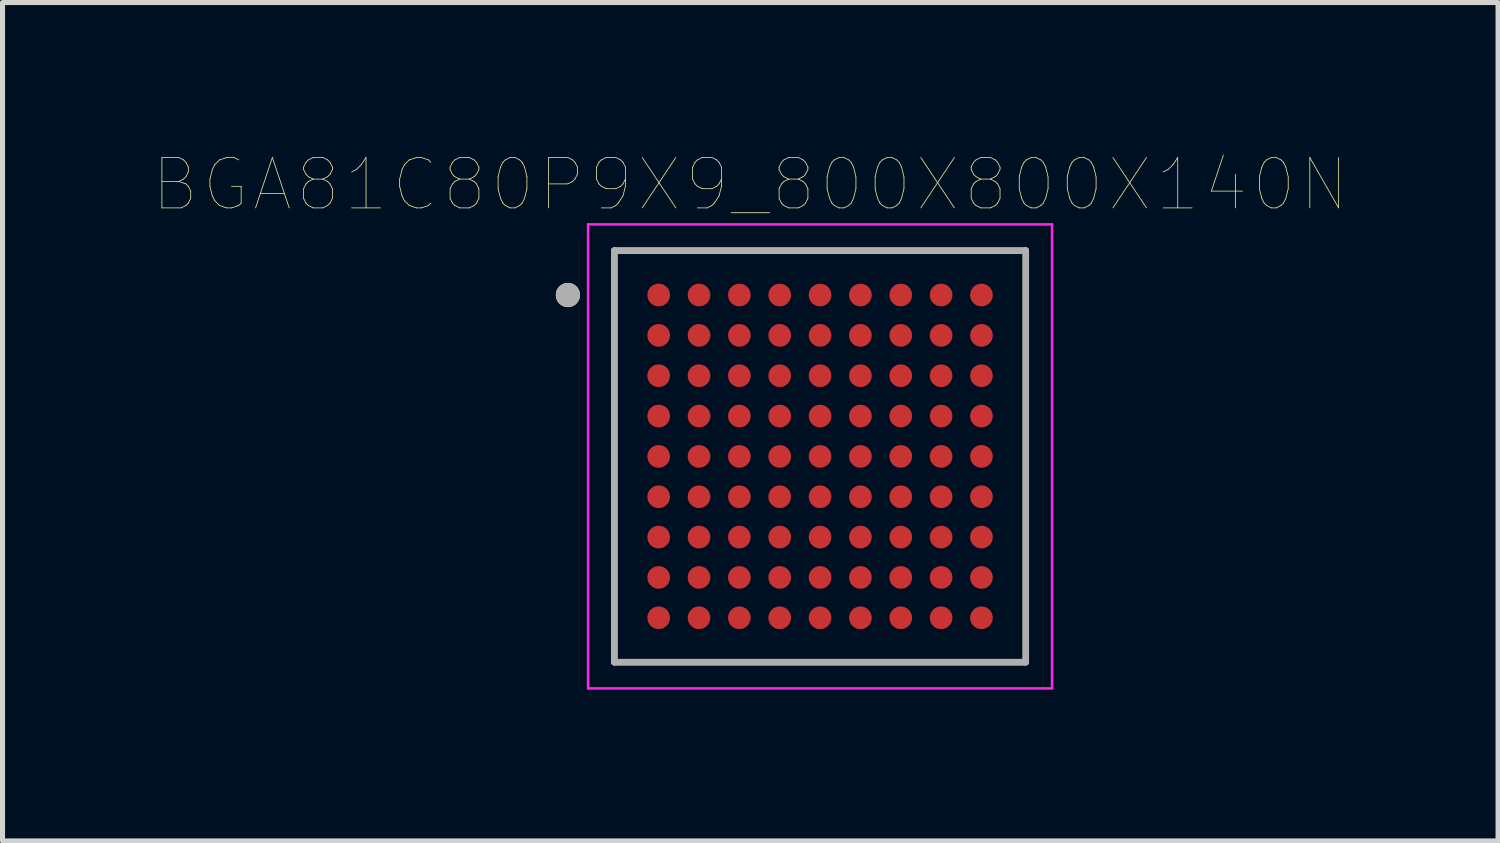
<source format=kicad_pcb>
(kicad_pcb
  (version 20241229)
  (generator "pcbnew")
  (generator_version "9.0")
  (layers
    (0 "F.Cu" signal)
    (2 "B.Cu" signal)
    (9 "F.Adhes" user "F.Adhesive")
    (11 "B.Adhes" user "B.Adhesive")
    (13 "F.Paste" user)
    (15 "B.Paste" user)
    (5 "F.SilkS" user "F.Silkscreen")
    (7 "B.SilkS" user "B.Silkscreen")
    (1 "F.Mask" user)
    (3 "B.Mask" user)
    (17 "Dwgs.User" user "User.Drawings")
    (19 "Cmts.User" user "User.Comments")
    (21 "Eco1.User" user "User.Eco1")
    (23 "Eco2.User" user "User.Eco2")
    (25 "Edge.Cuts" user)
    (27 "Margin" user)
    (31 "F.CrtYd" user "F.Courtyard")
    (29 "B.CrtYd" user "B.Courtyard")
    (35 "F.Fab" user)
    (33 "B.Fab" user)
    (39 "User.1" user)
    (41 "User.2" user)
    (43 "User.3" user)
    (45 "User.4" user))
  (footprint "BGA81C80P9X9_800X800X140N"
    (layer "F.Cu")
    (at 13.211 6)
    (property "Reference" "BGA81C80P9X9_800X800X140N" (at -1.384 -5.389 0) (layer "F.SilkS") (effects (font (size 1 1) (thickness 0.015))))
    (attr through_hole)
    (fp_line (start -4.08 -4.08) (end -4.08 4.08) (stroke (width 0.127) (type solid)) (layer "F.SilkS"))
    (fp_line (start -4.08 4.08) (end 4.08 4.08) (stroke (width 0.127) (type solid)) (layer "F.SilkS"))
    (fp_line (start 4.08 -4.08) (end -4.08 -4.08) (stroke (width 0.127) (type solid)) (layer "F.SilkS"))
    (fp_line (start 4.08 4.08) (end 4.08 -4.08) (stroke (width 0.127) (type solid)) (layer "F.SilkS"))
    (fp_circle (center -5 -3.2) (end -4.88 -3.2) (stroke (width 0.24) (type solid)) (fill no) (layer "F.SilkS"))
    (fp_line (start -4.6 -4.6) (end 4.6 -4.6) (stroke (width 0.05) (type solid)) (layer "F.CrtYd"))
    (fp_line (start -4.6 4.6) (end -4.6 -4.6) (stroke (width 0.05) (type solid)) (layer "F.CrtYd"))
    (fp_line (start 4.6 -4.6) (end 4.6 4.6) (stroke (width 0.05) (type solid)) (layer "F.CrtYd"))
    (fp_line (start 4.6 4.6) (end -4.6 4.6) (stroke (width 0.05) (type solid)) (layer "F.CrtYd"))
    (fp_line (start -4.08 -4.08) (end -4.08 4.08) (stroke (width 0.127) (type solid)) (layer "F.Fab"))
    (fp_line (start -4.08 4.08) (end 4.08 4.08) (stroke (width 0.127) (type solid)) (layer "F.Fab"))
    (fp_line (start 4.08 -4.08) (end -4.08 -4.08) (stroke (width 0.127) (type solid)) (layer "F.Fab"))
    (fp_line (start 4.08 4.08) (end 4.08 -4.08) (stroke (width 0.127) (type solid)) (layer "F.Fab"))
    (fp_circle (center -5 -3.2) (end -4.88 -3.2) (stroke (width 0.24) (type solid)) (fill no) (layer "F.Fab"))
    (pad "A1" smd circle (at -3.2 -3.2) (size 0.45 0.45) (layers "F.Cu" "F.Mask" "F.Paste"))
    (pad "A2" smd circle (at -2.4 -3.2) (size 0.45 0.45) (layers "F.Cu" "F.Mask" "F.Paste"))
    (pad "A3" smd circle (at -1.6 -3.2) (size 0.45 0.45) (layers "F.Cu" "F.Mask" "F.Paste"))
    (pad "A4" smd circle (at -0.8 -3.2) (size 0.45 0.45) (layers "F.Cu" "F.Mask" "F.Paste"))
    (pad "A5" smd circle (at 0 -3.2) (size 0.45 0.45) (layers "F.Cu" "F.Mask" "F.Paste"))
    (pad "A6" smd circle (at 0.8 -3.2) (size 0.45 0.45) (layers "F.Cu" "F.Mask" "F.Paste"))
    (pad "A7" smd circle (at 1.6 -3.2) (size 0.45 0.45) (layers "F.Cu" "F.Mask" "F.Paste"))
    (pad "A8" smd circle (at 2.4 -3.2) (size 0.45 0.45) (layers "F.Cu" "F.Mask" "F.Paste"))
    (pad "A9" smd circle (at 3.2 -3.2) (size 0.45 0.45) (layers "F.Cu" "F.Mask" "F.Paste"))
    (pad "B1" smd circle (at -3.2 -2.4) (size 0.45 0.45) (layers "F.Cu" "F.Mask" "F.Paste"))
    (pad "B2" smd circle (at -2.4 -2.4) (size 0.45 0.45) (layers "F.Cu" "F.Mask" "F.Paste"))
    (pad "B3" smd circle (at -1.6 -2.4) (size 0.45 0.45) (layers "F.Cu" "F.Mask" "F.Paste"))
    (pad "B4" smd circle (at -0.8 -2.4) (size 0.45 0.45) (layers "F.Cu" "F.Mask" "F.Paste"))
    (pad "B5" smd circle (at 0 -2.4) (size 0.45 0.45) (layers "F.Cu" "F.Mask" "F.Paste"))
    (pad "B6" smd circle (at 0.8 -2.4) (size 0.45 0.45) (layers "F.Cu" "F.Mask" "F.Paste"))
    (pad "B7" smd circle (at 1.6 -2.4) (size 0.45 0.45) (layers "F.Cu" "F.Mask" "F.Paste"))
    (pad "B8" smd circle (at 2.4 -2.4) (size 0.45 0.45) (layers "F.Cu" "F.Mask" "F.Paste"))
    (pad "B9" smd circle (at 3.2 -2.4) (size 0.45 0.45) (layers "F.Cu" "F.Mask" "F.Paste"))
    (pad "C1" smd circle (at -3.2 -1.6) (size 0.45 0.45) (layers "F.Cu" "F.Mask" "F.Paste"))
    (pad "C2" smd circle (at -2.4 -1.6) (size 0.45 0.45) (layers "F.Cu" "F.Mask" "F.Paste"))
    (pad "C3" smd circle (at -1.6 -1.6) (size 0.45 0.45) (layers "F.Cu" "F.Mask" "F.Paste"))
    (pad "C4" smd circle (at -0.8 -1.6) (size 0.45 0.45) (layers "F.Cu" "F.Mask" "F.Paste"))
    (pad "C5" smd circle (at 0 -1.6) (size 0.45 0.45) (layers "F.Cu" "F.Mask" "F.Paste"))
    (pad "C6" smd circle (at 0.8 -1.6) (size 0.45 0.45) (layers "F.Cu" "F.Mask" "F.Paste"))
    (pad "C7" smd circle (at 1.6 -1.6) (size 0.45 0.45) (layers "F.Cu" "F.Mask" "F.Paste"))
    (pad "C8" smd circle (at 2.4 -1.6) (size 0.45 0.45) (layers "F.Cu" "F.Mask" "F.Paste"))
    (pad "C9" smd circle (at 3.2 -1.6) (size 0.45 0.45) (layers "F.Cu" "F.Mask" "F.Paste"))
    (pad "D1" smd circle (at -3.2 -0.8) (size 0.45 0.45) (layers "F.Cu" "F.Mask" "F.Paste"))
    (pad "D2" smd circle (at -2.4 -0.8) (size 0.45 0.45) (layers "F.Cu" "F.Mask" "F.Paste"))
    (pad "D3" smd circle (at -1.6 -0.8) (size 0.45 0.45) (layers "F.Cu" "F.Mask" "F.Paste"))
    (pad "D4" smd circle (at -0.8 -0.8) (size 0.45 0.45) (layers "F.Cu" "F.Mask" "F.Paste"))
    (pad "D5" smd circle (at 0 -0.8) (size 0.45 0.45) (layers "F.Cu" "F.Mask" "F.Paste"))
    (pad "D6" smd circle (at 0.8 -0.8) (size 0.45 0.45) (layers "F.Cu" "F.Mask" "F.Paste"))
    (pad "D7" smd circle (at 1.6 -0.8) (size 0.45 0.45) (layers "F.Cu" "F.Mask" "F.Paste"))
    (pad "D8" smd circle (at 2.4 -0.8) (size 0.45 0.45) (layers "F.Cu" "F.Mask" "F.Paste"))
    (pad "D9" smd circle (at 3.2 -0.8) (size 0.45 0.45) (layers "F.Cu" "F.Mask" "F.Paste"))
    (pad "E1" smd circle (at -3.2 0) (size 0.45 0.45) (layers "F.Cu" "F.Mask" "F.Paste"))
    (pad "E2" smd circle (at -2.4 0) (size 0.45 0.45) (layers "F.Cu" "F.Mask" "F.Paste"))
    (pad "E3" smd circle (at -1.6 0) (size 0.45 0.45) (layers "F.Cu" "F.Mask" "F.Paste"))
    (pad "E4" smd circle (at -0.8 0) (size 0.45 0.45) (layers "F.Cu" "F.Mask" "F.Paste"))
    (pad "E5" smd circle (at 0 0) (size 0.45 0.45) (layers "F.Cu" "F.Mask" "F.Paste"))
    (pad "E6" smd circle (at 0.8 0) (size 0.45 0.45) (layers "F.Cu" "F.Mask" "F.Paste"))
    (pad "E7" smd circle (at 1.6 0) (size 0.45 0.45) (layers "F.Cu" "F.Mask" "F.Paste"))
    (pad "E8" smd circle (at 2.4 0) (size 0.45 0.45) (layers "F.Cu" "F.Mask" "F.Paste"))
    (pad "E9" smd circle (at 3.2 0) (size 0.45 0.45) (layers "F.Cu" "F.Mask" "F.Paste"))
    (pad "F1" smd circle (at -3.2 0.8) (size 0.45 0.45) (layers "F.Cu" "F.Mask" "F.Paste"))
    (pad "F2" smd circle (at -2.4 0.8) (size 0.45 0.45) (layers "F.Cu" "F.Mask" "F.Paste"))
    (pad "F3" smd circle (at -1.6 0.8) (size 0.45 0.45) (layers "F.Cu" "F.Mask" "F.Paste"))
    (pad "F4" smd circle (at -0.8 0.8) (size 0.45 0.45) (layers "F.Cu" "F.Mask" "F.Paste"))
    (pad "F5" smd circle (at 0 0.8) (size 0.45 0.45) (layers "F.Cu" "F.Mask" "F.Paste"))
    (pad "F6" smd circle (at 0.8 0.8) (size 0.45 0.45) (layers "F.Cu" "F.Mask" "F.Paste"))
    (pad "F7" smd circle (at 1.6 0.8) (size 0.45 0.45) (layers "F.Cu" "F.Mask" "F.Paste"))
    (pad "F8" smd circle (at 2.4 0.8) (size 0.45 0.45) (layers "F.Cu" "F.Mask" "F.Paste"))
    (pad "F9" smd circle (at 3.2 0.8) (size 0.45 0.45) (layers "F.Cu" "F.Mask" "F.Paste"))
    (pad "G1" smd circle (at -3.2 1.6) (size 0.45 0.45) (layers "F.Cu" "F.Mask" "F.Paste"))
    (pad "G2" smd circle (at -2.4 1.6) (size 0.45 0.45) (layers "F.Cu" "F.Mask" "F.Paste"))
    (pad "G3" smd circle (at -1.6 1.6) (size 0.45 0.45) (layers "F.Cu" "F.Mask" "F.Paste"))
    (pad "G4" smd circle (at -0.8 1.6) (size 0.45 0.45) (layers "F.Cu" "F.Mask" "F.Paste"))
    (pad "G5" smd circle (at 0 1.6) (size 0.45 0.45) (layers "F.Cu" "F.Mask" "F.Paste"))
    (pad "G6" smd circle (at 0.8 1.6) (size 0.45 0.45) (layers "F.Cu" "F.Mask" "F.Paste"))
    (pad "G7" smd circle (at 1.6 1.6) (size 0.45 0.45) (layers "F.Cu" "F.Mask" "F.Paste"))
    (pad "G8" smd circle (at 2.4 1.6) (size 0.45 0.45) (layers "F.Cu" "F.Mask" "F.Paste"))
    (pad "G9" smd circle (at 3.2 1.6) (size 0.45 0.45) (layers "F.Cu" "F.Mask" "F.Paste"))
    (pad "H1" smd circle (at -3.2 2.4) (size 0.45 0.45) (layers "F.Cu" "F.Mask" "F.Paste"))
    (pad "H2" smd circle (at -2.4 2.4) (size 0.45 0.45) (layers "F.Cu" "F.Mask" "F.Paste"))
    (pad "H3" smd circle (at -1.6 2.4) (size 0.45 0.45) (layers "F.Cu" "F.Mask" "F.Paste"))
    (pad "H4" smd circle (at -0.8 2.4) (size 0.45 0.45) (layers "F.Cu" "F.Mask" "F.Paste"))
    (pad "H5" smd circle (at 0 2.4) (size 0.45 0.45) (layers "F.Cu" "F.Mask" "F.Paste"))
    (pad "H6" smd circle (at 0.8 2.4) (size 0.45 0.45) (layers "F.Cu" "F.Mask" "F.Paste"))
    (pad "H7" smd circle (at 1.6 2.4) (size 0.45 0.45) (layers "F.Cu" "F.Mask" "F.Paste"))
    (pad "H8" smd circle (at 2.4 2.4) (size 0.45 0.45) (layers "F.Cu" "F.Mask" "F.Paste"))
    (pad "H9" smd circle (at 3.2 2.4) (size 0.45 0.45) (layers "F.Cu" "F.Mask" "F.Paste"))
    (pad "J1" smd circle (at -3.2 3.2) (size 0.45 0.45) (layers "F.Cu" "F.Mask" "F.Paste"))
    (pad "J2" smd circle (at -2.4 3.2) (size 0.45 0.45) (layers "F.Cu" "F.Mask" "F.Paste"))
    (pad "J3" smd circle (at -1.6 3.2) (size 0.45 0.45) (layers "F.Cu" "F.Mask" "F.Paste"))
    (pad "J4" smd circle (at -0.8 3.2) (size 0.45 0.45) (layers "F.Cu" "F.Mask" "F.Paste"))
    (pad "J5" smd circle (at 0 3.2) (size 0.45 0.45) (layers "F.Cu" "F.Mask" "F.Paste"))
    (pad "J6" smd circle (at 0.8 3.2) (size 0.45 0.45) (layers "F.Cu" "F.Mask" "F.Paste"))
    (pad "J7" smd circle (at 1.6 3.2) (size 0.45 0.45) (layers "F.Cu" "F.Mask" "F.Paste"))
    (pad "J8" smd circle (at 2.4 3.2) (size 0.45 0.45) (layers "F.Cu" "F.Mask" "F.Paste"))
    (pad "J9" smd circle (at 3.2 3.2) (size 0.45 0.45) (layers "F.Cu" "F.Mask" "F.Paste")))
  (gr_rect
    (start -3 -3)
    (end 26.655 13.625)
    (stroke (width 0.1) (type default))
    (fill no)
    (layer "Edge.Cuts")))
</source>
